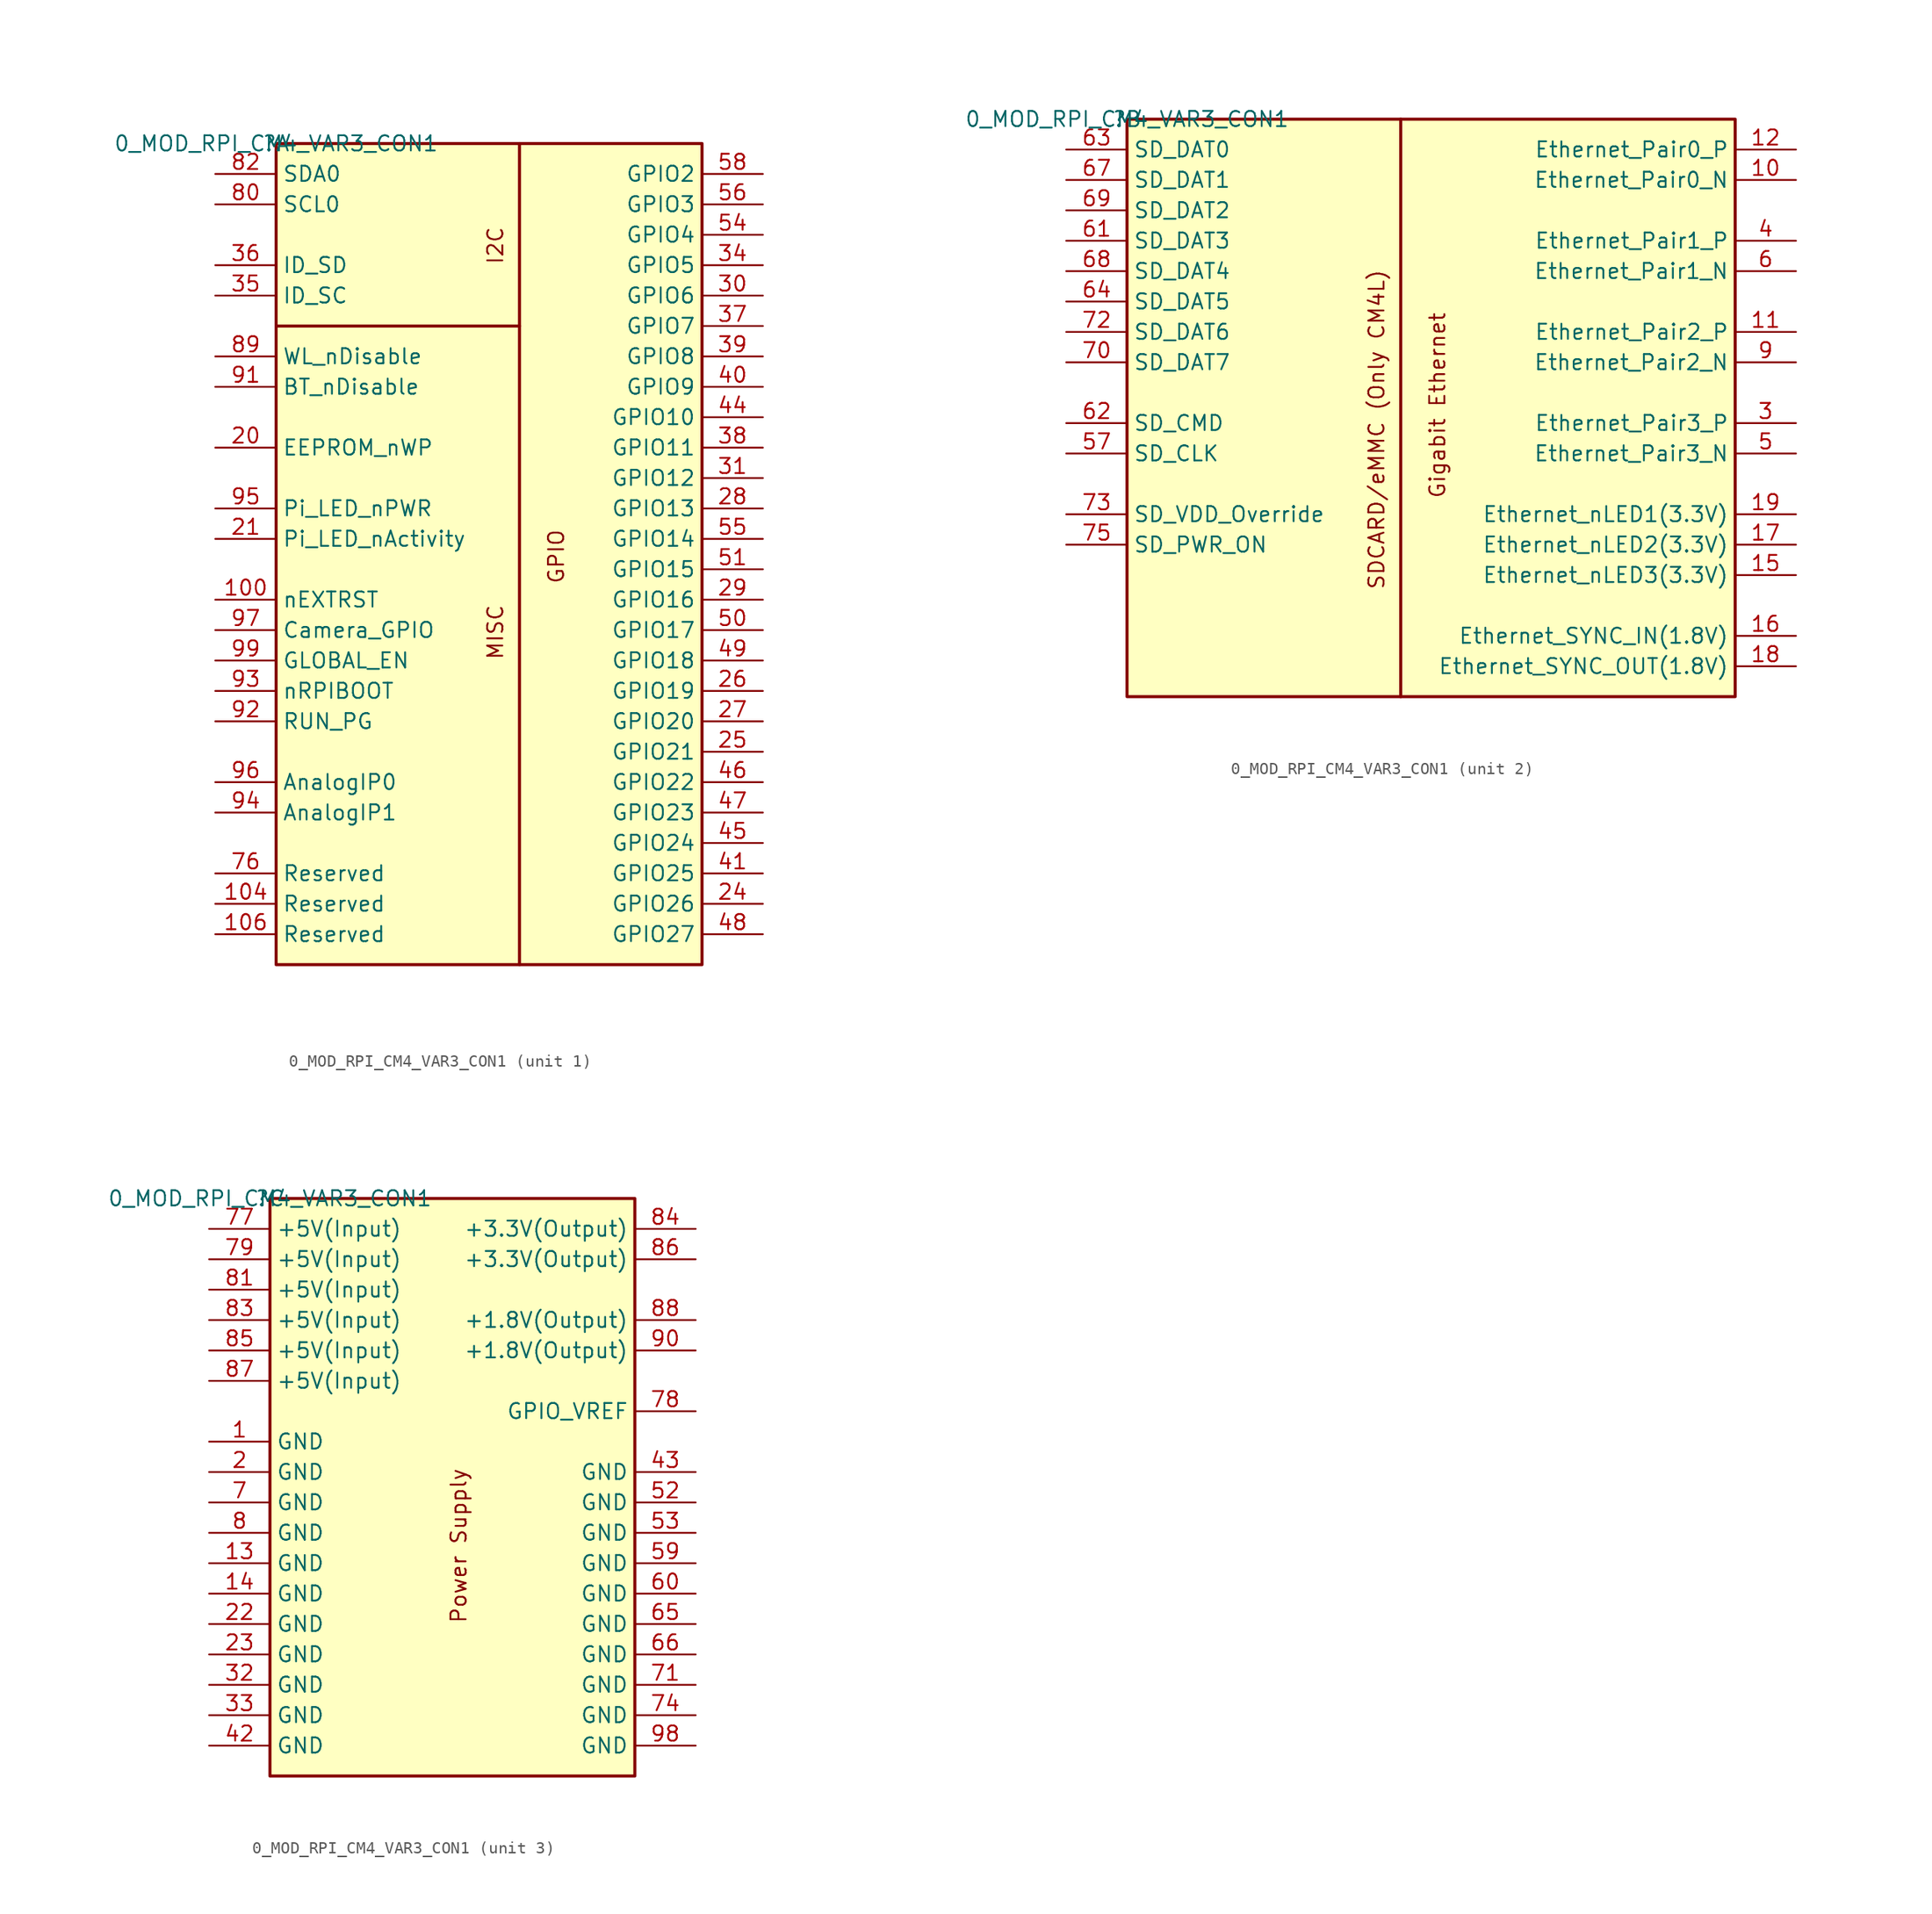
<source format=kicad_sym>
(kicad_symbol_lib
  (version 20211014)
  (generator kicad_symbol_editor)
  (symbol "0_MOD_RPI_CM4_VAR3_CON1"
    (property "Reference" ""
      (at 0 0 0)
      (effects (font (size 1.27 1.27))))
    (property "Value" "0_MOD_RPI_CM4_VAR3_CON1"
      (at 0 0 0)
      (effects (font (size 1.27 1.27))))
    (symbol "0_MOD_RPI_CM4_VAR3_CON1_1_0"
      (polyline (pts (xy 0 -15.24) (xy 20.32 -15.24)) (stroke (width 0.254) (type default) (color 0 0 0 0)) (fill (type none)))
      (polyline (pts (xy 20.32 -68.58) (xy 20.32 0)) (stroke (width 0.254) (type default) (color 0 0 0 0)) (fill (type none)))
      (rectangle (start 35.56 0) (end 0 -68.58) (stroke (width 0.254) (type default) (color 0 0 0 0)) (fill (type background)))
      (text "GPIO" (at 24.13 -36.83 900) (effects (font (size 1.27 1.27)) (justify left bottom)))
      (text "I2C" (at 19.05 -10.16 900) (effects (font (size 1.27 1.27)) (justify left bottom)))
      (text "MISC" (at 19.05 -43.18 900) (effects (font (size 1.27 1.27)) (justify left bottom)))
      (pin output line (at -5.08 -38.1 0) (length 5.08) (name "nEXTRST" (effects (font (size 1.27 1.27)))) (number "100" (effects (font (size 1.27 1.27)))))
      (pin passive line (at -5.08 -63.5 0) (length 5.08) (name "Reserved" (effects (font (size 1.27 1.27)))) (number "104" (effects (font (size 1.27 1.27)))))
      (pin passive line (at -5.08 -66.04 0) (length 5.08) (name "Reserved" (effects (font (size 1.27 1.27)))) (number "106" (effects (font (size 1.27 1.27)))))
      (pin input line (at -5.08 -25.4 0) (length 5.08) (name "EEPROM_nWP" (effects (font (size 1.27 1.27)))) (number "20" (effects (font (size 1.27 1.27)))))
      (pin output line (at -5.08 -33.02 0) (length 5.08) (name "Pi_LED_nActivity" (effects (font (size 1.27 1.27)))) (number "21" (effects (font (size 1.27 1.27)))))
      (pin bidirectional line (at 40.64 -63.5 180) (length 5.08) (name "GPIO26" (effects (font (size 1.27 1.27)))) (number "24" (effects (font (size 1.27 1.27)))))
      (pin bidirectional line (at 40.64 -50.8 180) (length 5.08) (name "GPIO21" (effects (font (size 1.27 1.27)))) (number "25" (effects (font (size 1.27 1.27)))))
      (pin bidirectional line (at 40.64 -45.72 180) (length 5.08) (name "GPIO19" (effects (font (size 1.27 1.27)))) (number "26" (effects (font (size 1.27 1.27)))))
      (pin bidirectional line (at 40.64 -48.26 180) (length 5.08) (name "GPIO20" (effects (font (size 1.27 1.27)))) (number "27" (effects (font (size 1.27 1.27)))))
      (pin bidirectional line (at 40.64 -30.48 180) (length 5.08) (name "GPIO13" (effects (font (size 1.27 1.27)))) (number "28" (effects (font (size 1.27 1.27)))))
      (pin bidirectional line (at 40.64 -38.1 180) (length 5.08) (name "GPIO16" (effects (font (size 1.27 1.27)))) (number "29" (effects (font (size 1.27 1.27)))))
      (pin bidirectional line (at 40.64 -12.7 180) (length 5.08) (name "GPIO6" (effects (font (size 1.27 1.27)))) (number "30" (effects (font (size 1.27 1.27)))))
      (pin bidirectional line (at 40.64 -27.94 180) (length 5.08) (name "GPIO12" (effects (font (size 1.27 1.27)))) (number "31" (effects (font (size 1.27 1.27)))))
      (pin bidirectional line (at 40.64 -10.16 180) (length 5.08) (name "GPIO5" (effects (font (size 1.27 1.27)))) (number "34" (effects (font (size 1.27 1.27)))))
      (pin bidirectional line (at -5.08 -12.7 0) (length 5.08) (name "ID_SC" (effects (font (size 1.27 1.27)))) (number "35" (effects (font (size 1.27 1.27)))))
      (pin bidirectional line (at -5.08 -10.16 0) (length 5.08) (name "ID_SD" (effects (font (size 1.27 1.27)))) (number "36" (effects (font (size 1.27 1.27)))))
      (pin bidirectional line (at 40.64 -15.24 180) (length 5.08) (name "GPIO7" (effects (font (size 1.27 1.27)))) (number "37" (effects (font (size 1.27 1.27)))))
      (pin bidirectional line (at 40.64 -25.4 180) (length 5.08) (name "GPIO11" (effects (font (size 1.27 1.27)))) (number "38" (effects (font (size 1.27 1.27)))))
      (pin bidirectional line (at 40.64 -17.78 180) (length 5.08) (name "GPIO8" (effects (font (size 1.27 1.27)))) (number "39" (effects (font (size 1.27 1.27)))))
      (pin bidirectional line (at 40.64 -20.32 180) (length 5.08) (name "GPIO9" (effects (font (size 1.27 1.27)))) (number "40" (effects (font (size 1.27 1.27)))))
      (pin bidirectional line (at 40.64 -60.96 180) (length 5.08) (name "GPIO25" (effects (font (size 1.27 1.27)))) (number "41" (effects (font (size 1.27 1.27)))))
      (pin bidirectional line (at 40.64 -22.86 180) (length 5.08) (name "GPIO10" (effects (font (size 1.27 1.27)))) (number "44" (effects (font (size 1.27 1.27)))))
      (pin bidirectional line (at 40.64 -58.42 180) (length 5.08) (name "GPIO24" (effects (font (size 1.27 1.27)))) (number "45" (effects (font (size 1.27 1.27)))))
      (pin bidirectional line (at 40.64 -53.34 180) (length 5.08) (name "GPIO22" (effects (font (size 1.27 1.27)))) (number "46" (effects (font (size 1.27 1.27)))))
      (pin bidirectional line (at 40.64 -55.88 180) (length 5.08) (name "GPIO23" (effects (font (size 1.27 1.27)))) (number "47" (effects (font (size 1.27 1.27)))))
      (pin bidirectional line (at 40.64 -66.04 180) (length 5.08) (name "GPIO27" (effects (font (size 1.27 1.27)))) (number "48" (effects (font (size 1.27 1.27)))))
      (pin bidirectional line (at 40.64 -43.18 180) (length 5.08) (name "GPIO18" (effects (font (size 1.27 1.27)))) (number "49" (effects (font (size 1.27 1.27)))))
      (pin bidirectional line (at 40.64 -40.64 180) (length 5.08) (name "GPIO17" (effects (font (size 1.27 1.27)))) (number "50" (effects (font (size 1.27 1.27)))))
      (pin bidirectional line (at 40.64 -35.56 180) (length 5.08) (name "GPIO15" (effects (font (size 1.27 1.27)))) (number "51" (effects (font (size 1.27 1.27)))))
      (pin bidirectional line (at 40.64 -7.62 180) (length 5.08) (name "GPIO4" (effects (font (size 1.27 1.27)))) (number "54" (effects (font (size 1.27 1.27)))))
      (pin bidirectional line (at 40.64 -33.02 180) (length 5.08) (name "GPIO14" (effects (font (size 1.27 1.27)))) (number "55" (effects (font (size 1.27 1.27)))))
      (pin bidirectional line (at 40.64 -5.08 180) (length 5.08) (name "GPIO3" (effects (font (size 1.27 1.27)))) (number "56" (effects (font (size 1.27 1.27)))))
      (pin bidirectional line (at 40.64 -2.54 180) (length 5.08) (name "GPIO2" (effects (font (size 1.27 1.27)))) (number "58" (effects (font (size 1.27 1.27)))))
      (pin passive line (at -5.08 -60.96 0) (length 5.08) (name "Reserved" (effects (font (size 1.27 1.27)))) (number "76" (effects (font (size 1.27 1.27)))))
      (pin bidirectional line (at -5.08 -5.08 0) (length 5.08) (name "SCL0" (effects (font (size 1.27 1.27)))) (number "80" (effects (font (size 1.27 1.27)))))
      (pin bidirectional line (at -5.08 -2.54 0) (length 5.08) (name "SDA0" (effects (font (size 1.27 1.27)))) (number "82" (effects (font (size 1.27 1.27)))))
      (pin input line (at -5.08 -17.78 0) (length 5.08) (name "WL_nDisable" (effects (font (size 1.27 1.27)))) (number "89" (effects (font (size 1.27 1.27)))))
      (pin input line (at -5.08 -20.32 0) (length 5.08) (name "BT_nDisable" (effects (font (size 1.27 1.27)))) (number "91" (effects (font (size 1.27 1.27)))))
      (pin bidirectional line (at -5.08 -48.26 0) (length 5.08) (name "RUN_PG" (effects (font (size 1.27 1.27)))) (number "92" (effects (font (size 1.27 1.27)))))
      (pin input line (at -5.08 -45.72 0) (length 5.08) (name "nRPIBOOT" (effects (font (size 1.27 1.27)))) (number "93" (effects (font (size 1.27 1.27)))))
      (pin input line (at -5.08 -55.88 0) (length 5.08) (name "AnalogIP1" (effects (font (size 1.27 1.27)))) (number "94" (effects (font (size 1.27 1.27)))))
      (pin output line (at -5.08 -30.48 0) (length 5.08) (name "Pi_LED_nPWR" (effects (font (size 1.27 1.27)))) (number "95" (effects (font (size 1.27 1.27)))))
      (pin input line (at -5.08 -53.34 0) (length 5.08) (name "AnalogIP0" (effects (font (size 1.27 1.27)))) (number "96" (effects (font (size 1.27 1.27)))))
      (pin bidirectional line (at -5.08 -40.64 0) (length 5.08) (name "Camera_GPIO" (effects (font (size 1.27 1.27)))) (number "97" (effects (font (size 1.27 1.27)))))
      (pin input line (at -5.08 -43.18 0) (length 5.08) (name "GLOBAL_EN" (effects (font (size 1.27 1.27)))) (number "99" (effects (font (size 1.27 1.27))))))
    (symbol "0_MOD_RPI_CM4_VAR3_CON1_2_0"
      (polyline (pts (xy 22.86 -48.26) (xy 22.86 0)) (stroke (width 0.254) (type default) (color 0 0 0 0)) (fill (type none)))
      (rectangle (start 50.8 0) (end 0 -48.26) (stroke (width 0.254) (type default) (color 0 0 0 0)) (fill (type background)))
      (text "Gigabit Ethernet" (at 26.67 -31.75 900) (effects (font (size 1.27 1.27)) (justify left bottom)))
      (text "SDCARD/eMMC (Only CM4L)" (at 21.59 -39.37 900) (effects (font (size 1.27 1.27)) (justify left bottom)))
      (pin bidirectional line (at 55.88 -5.08 180) (length 5.08) (name "Ethernet_Pair0_N" (effects (font (size 1.27 1.27)))) (number "10" (effects (font (size 1.27 1.27)))))
      (pin bidirectional line (at 55.88 -17.78 180) (length 5.08) (name "Ethernet_Pair2_P" (effects (font (size 1.27 1.27)))) (number "11" (effects (font (size 1.27 1.27)))))
      (pin bidirectional line (at 55.88 -2.54 180) (length 5.08) (name "Ethernet_Pair0_P" (effects (font (size 1.27 1.27)))) (number "12" (effects (font (size 1.27 1.27)))))
      (pin output line (at 55.88 -38.1 180) (length 5.08) (name "Ethernet_nLED3(3.3V)" (effects (font (size 1.27 1.27)))) (number "15" (effects (font (size 1.27 1.27)))))
      (pin input line (at 55.88 -43.18 180) (length 5.08) (name "Ethernet_SYNC_IN(1.8V)" (effects (font (size 1.27 1.27)))) (number "16" (effects (font (size 1.27 1.27)))))
      (pin output line (at 55.88 -35.56 180) (length 5.08) (name "Ethernet_nLED2(3.3V)" (effects (font (size 1.27 1.27)))) (number "17" (effects (font (size 1.27 1.27)))))
      (pin output line (at 55.88 -45.72 180) (length 5.08) (name "Ethernet_SYNC_OUT(1.8V)" (effects (font (size 1.27 1.27)))) (number "18" (effects (font (size 1.27 1.27)))))
      (pin output line (at 55.88 -33.02 180) (length 5.08) (name "Ethernet_nLED1(3.3V)" (effects (font (size 1.27 1.27)))) (number "19" (effects (font (size 1.27 1.27)))))
      (pin bidirectional line (at 55.88 -25.4 180) (length 5.08) (name "Ethernet_Pair3_P" (effects (font (size 1.27 1.27)))) (number "3" (effects (font (size 1.27 1.27)))))
      (pin bidirectional line (at 55.88 -10.16 180) (length 5.08) (name "Ethernet_Pair1_P" (effects (font (size 1.27 1.27)))) (number "4" (effects (font (size 1.27 1.27)))))
      (pin bidirectional line (at 55.88 -27.94 180) (length 5.08) (name "Ethernet_Pair3_N" (effects (font (size 1.27 1.27)))) (number "5" (effects (font (size 1.27 1.27)))))
      (pin output line (at -5.08 -27.94 0) (length 5.08) (name "SD_CLK" (effects (font (size 1.27 1.27)))) (number "57" (effects (font (size 1.27 1.27)))))
      (pin bidirectional line (at 55.88 -12.7 180) (length 5.08) (name "Ethernet_Pair1_N" (effects (font (size 1.27 1.27)))) (number "6" (effects (font (size 1.27 1.27)))))
      (pin bidirectional line (at -5.08 -10.16 0) (length 5.08) (name "SD_DAT3" (effects (font (size 1.27 1.27)))) (number "61" (effects (font (size 1.27 1.27)))))
      (pin output line (at -5.08 -25.4 0) (length 5.08) (name "SD_CMD" (effects (font (size 1.27 1.27)))) (number "62" (effects (font (size 1.27 1.27)))))
      (pin bidirectional line (at -5.08 -2.54 0) (length 5.08) (name "SD_DAT0" (effects (font (size 1.27 1.27)))) (number "63" (effects (font (size 1.27 1.27)))))
      (pin bidirectional line (at -5.08 -15.24 0) (length 5.08) (name "SD_DAT5" (effects (font (size 1.27 1.27)))) (number "64" (effects (font (size 1.27 1.27)))))
      (pin bidirectional line (at -5.08 -5.08 0) (length 5.08) (name "SD_DAT1" (effects (font (size 1.27 1.27)))) (number "67" (effects (font (size 1.27 1.27)))))
      (pin bidirectional line (at -5.08 -12.7 0) (length 5.08) (name "SD_DAT4" (effects (font (size 1.27 1.27)))) (number "68" (effects (font (size 1.27 1.27)))))
      (pin bidirectional line (at -5.08 -7.62 0) (length 5.08) (name "SD_DAT2" (effects (font (size 1.27 1.27)))) (number "69" (effects (font (size 1.27 1.27)))))
      (pin bidirectional line (at -5.08 -20.32 0) (length 5.08) (name "SD_DAT7" (effects (font (size 1.27 1.27)))) (number "70" (effects (font (size 1.27 1.27)))))
      (pin bidirectional line (at -5.08 -17.78 0) (length 5.08) (name "SD_DAT6" (effects (font (size 1.27 1.27)))) (number "72" (effects (font (size 1.27 1.27)))))
      (pin input line (at -5.08 -33.02 0) (length 5.08) (name "SD_VDD_Override" (effects (font (size 1.27 1.27)))) (number "73" (effects (font (size 1.27 1.27)))))
      (pin output line (at -5.08 -35.56 0) (length 5.08) (name "SD_PWR_ON" (effects (font (size 1.27 1.27)))) (number "75" (effects (font (size 1.27 1.27)))))
      (pin bidirectional line (at 55.88 -20.32 180) (length 5.08) (name "Ethernet_Pair2_N" (effects (font (size 1.27 1.27)))) (number "9" (effects (font (size 1.27 1.27))))))
    (symbol "0_MOD_RPI_CM4_VAR3_CON1_3_0"
      (rectangle (start 30.48 0) (end 0 -48.26) (stroke (width 0.254) (type default) (color 0 0 0 0)) (fill (type background)))
      (text "Power Supply" (at 16.51 -35.56 900) (effects (font (size 1.27 1.27)) (justify left bottom)))
      (pin power_in line (at -5.08 -20.32 0) (length 5.08) (name "GND" (effects (font (size 1.27 1.27)))) (number "1" (effects (font (size 1.27 1.27)))))
      (pin power_in line (at -5.08 -30.48 0) (length 5.08) (name "GND" (effects (font (size 1.27 1.27)))) (number "13" (effects (font (size 1.27 1.27)))))
      (pin power_in line (at -5.08 -33.02 0) (length 5.08) (name "GND" (effects (font (size 1.27 1.27)))) (number "14" (effects (font (size 1.27 1.27)))))
      (pin power_in line (at -5.08 -22.86 0) (length 5.08) (name "GND" (effects (font (size 1.27 1.27)))) (number "2" (effects (font (size 1.27 1.27)))))
      (pin power_in line (at -5.08 -35.56 0) (length 5.08) (name "GND" (effects (font (size 1.27 1.27)))) (number "22" (effects (font (size 1.27 1.27)))))
      (pin power_in line (at -5.08 -38.1 0) (length 5.08) (name "GND" (effects (font (size 1.27 1.27)))) (number "23" (effects (font (size 1.27 1.27)))))
      (pin power_in line (at -5.08 -40.64 0) (length 5.08) (name "GND" (effects (font (size 1.27 1.27)))) (number "32" (effects (font (size 1.27 1.27)))))
      (pin power_in line (at -5.08 -43.18 0) (length 5.08) (name "GND" (effects (font (size 1.27 1.27)))) (number "33" (effects (font (size 1.27 1.27)))))
      (pin power_in line (at -5.08 -45.72 0) (length 5.08) (name "GND" (effects (font (size 1.27 1.27)))) (number "42" (effects (font (size 1.27 1.27)))))
      (pin power_in line (at 35.56 -22.86 180) (length 5.08) (name "GND" (effects (font (size 1.27 1.27)))) (number "43" (effects (font (size 1.27 1.27)))))
      (pin power_in line (at 35.56 -25.4 180) (length 5.08) (name "GND" (effects (font (size 1.27 1.27)))) (number "52" (effects (font (size 1.27 1.27)))))
      (pin power_in line (at 35.56 -27.94 180) (length 5.08) (name "GND" (effects (font (size 1.27 1.27)))) (number "53" (effects (font (size 1.27 1.27)))))
      (pin power_in line (at 35.56 -30.48 180) (length 5.08) (name "GND" (effects (font (size 1.27 1.27)))) (number "59" (effects (font (size 1.27 1.27)))))
      (pin power_in line (at 35.56 -33.02 180) (length 5.08) (name "GND" (effects (font (size 1.27 1.27)))) (number "60" (effects (font (size 1.27 1.27)))))
      (pin power_in line (at 35.56 -35.56 180) (length 5.08) (name "GND" (effects (font (size 1.27 1.27)))) (number "65" (effects (font (size 1.27 1.27)))))
      (pin power_in line (at 35.56 -38.1 180) (length 5.08) (name "GND" (effects (font (size 1.27 1.27)))) (number "66" (effects (font (size 1.27 1.27)))))
      (pin power_in line (at -5.08 -25.4 0) (length 5.08) (name "GND" (effects (font (size 1.27 1.27)))) (number "7" (effects (font (size 1.27 1.27)))))
      (pin power_in line (at 35.56 -40.64 180) (length 5.08) (name "GND" (effects (font (size 1.27 1.27)))) (number "71" (effects (font (size 1.27 1.27)))))
      (pin power_in line (at 35.56 -43.18 180) (length 5.08) (name "GND" (effects (font (size 1.27 1.27)))) (number "74" (effects (font (size 1.27 1.27)))))
      (pin power_in line (at -5.08 -2.54 0) (length 5.08) (name "+5V(Input)" (effects (font (size 1.27 1.27)))) (number "77" (effects (font (size 1.27 1.27)))))
      (pin input line (at 35.56 -17.78 180) (length 5.08) (name "GPIO_VREF" (effects (font (size 1.27 1.27)))) (number "78" (effects (font (size 1.27 1.27)))))
      (pin power_in line (at -5.08 -5.08 0) (length 5.08) (name "+5V(Input)" (effects (font (size 1.27 1.27)))) (number "79" (effects (font (size 1.27 1.27)))))
      (pin power_in line (at -5.08 -27.94 0) (length 5.08) (name "GND" (effects (font (size 1.27 1.27)))) (number "8" (effects (font (size 1.27 1.27)))))
      (pin power_in line (at -5.08 -7.62 0) (length 5.08) (name "+5V(Input)" (effects (font (size 1.27 1.27)))) (number "81" (effects (font (size 1.27 1.27)))))
      (pin power_in line (at -5.08 -10.16 0) (length 5.08) (name "+5V(Input)" (effects (font (size 1.27 1.27)))) (number "83" (effects (font (size 1.27 1.27)))))
      (pin power_in line (at 35.56 -2.54 180) (length 5.08) (name "+3.3V(Output)" (effects (font (size 1.27 1.27)))) (number "84" (effects (font (size 1.27 1.27)))))
      (pin power_in line (at -5.08 -12.7 0) (length 5.08) (name "+5V(Input)" (effects (font (size 1.27 1.27)))) (number "85" (effects (font (size 1.27 1.27)))))
      (pin power_in line (at 35.56 -5.08 180) (length 5.08) (name "+3.3V(Output)" (effects (font (size 1.27 1.27)))) (number "86" (effects (font (size 1.27 1.27)))))
      (pin power_in line (at -5.08 -15.24 0) (length 5.08) (name "+5V(Input)" (effects (font (size 1.27 1.27)))) (number "87" (effects (font (size 1.27 1.27)))))
      (pin power_in line (at 35.56 -10.16 180) (length 5.08) (name "+1.8V(Output)" (effects (font (size 1.27 1.27)))) (number "88" (effects (font (size 1.27 1.27)))))
      (pin power_in line (at 35.56 -12.7 180) (length 5.08) (name "+1.8V(Output)" (effects (font (size 1.27 1.27)))) (number "90" (effects (font (size 1.27 1.27)))))
      (pin power_in line (at 35.56 -45.72 180) (length 5.08) (name "GND" (effects (font (size 1.27 1.27)))) (number "98" (effects (font (size 1.27 1.27))))))))
</source>
